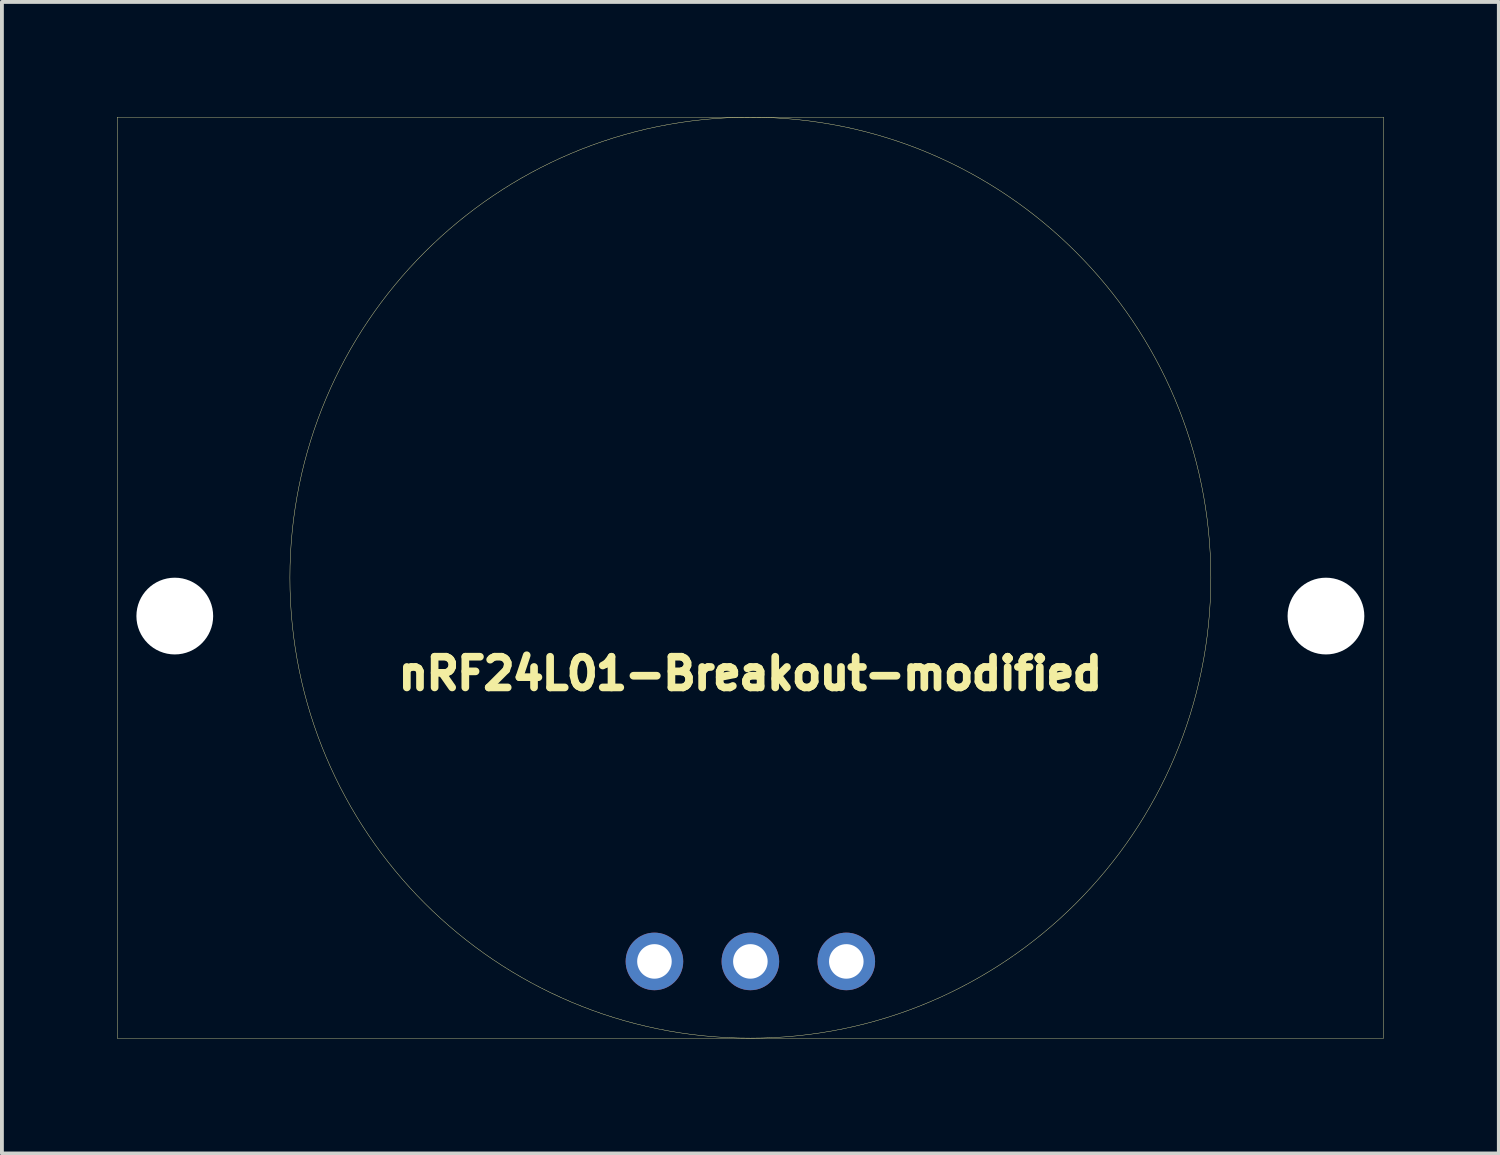
<source format=kicad_pcb>
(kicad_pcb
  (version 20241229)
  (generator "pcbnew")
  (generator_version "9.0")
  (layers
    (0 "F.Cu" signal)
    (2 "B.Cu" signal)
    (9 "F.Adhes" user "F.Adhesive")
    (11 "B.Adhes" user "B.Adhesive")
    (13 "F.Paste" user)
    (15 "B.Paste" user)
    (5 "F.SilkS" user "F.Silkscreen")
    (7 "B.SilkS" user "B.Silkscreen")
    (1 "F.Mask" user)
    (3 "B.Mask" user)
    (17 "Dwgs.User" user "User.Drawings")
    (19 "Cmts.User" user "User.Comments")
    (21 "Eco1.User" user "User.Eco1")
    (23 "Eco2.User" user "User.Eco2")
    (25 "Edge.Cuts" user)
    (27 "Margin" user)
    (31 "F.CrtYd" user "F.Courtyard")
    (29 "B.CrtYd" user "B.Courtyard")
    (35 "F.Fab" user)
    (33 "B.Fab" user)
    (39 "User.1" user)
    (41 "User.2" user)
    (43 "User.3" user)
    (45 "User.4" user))
  (footprint "nRF24L01-Breakout-modified"
    (layer "F.Cu")
    (at 16.505 12.005)
    (property "Reference" "nRF24L01-Breakout-modified" (at 0 2.5 0) (layer "F.SilkS") (effects (font (size 0.8 0.8) (thickness 0.2))))
    (attr through_hole)
    (fp_line (start -16.5 -12) (end 16.5 -12) (stroke (width 0.01) (type solid)) (layer "F.SilkS"))
    (fp_line (start -16.5 12) (end -16.5 -12) (stroke (width 0.01) (type solid)) (layer "F.SilkS"))
    (fp_line (start 16.5 -12) (end 16.5 12) (stroke (width 0.01) (type solid)) (layer "F.SilkS"))
    (fp_line (start 16.5 12) (end -16.5 12) (stroke (width 0.01) (type solid)) (layer "F.SilkS"))
    (fp_circle (center 0 0) (end 0 12) (stroke (width 0.01) (type solid)) (fill no) (layer "F.SilkS"))
    (pad "" np_thru_hole circle (at -15 1) (size 2 2) (drill 2) (layers "*.Cu" "*.Mask"))
    (pad "" np_thru_hole circle (at 15 1) (size 2 2) (drill 2) (layers "*.Cu" "*.Mask"))
    (pad "1" thru_hole circle (at -2.5 10) (size 1.5 1.5) (drill 0.9) (layers "*.Cu" "*.Mask"))
    (pad "2" thru_hole circle (at 0 10) (size 1.5 1.5) (drill 0.9) (layers "*.Cu" "*.Mask"))
    (pad "3" thru_hole circle (at 2.5 10) (size 1.5 1.5) (drill 0.9) (layers "*.Cu" "*.Mask")))
  (gr_rect
    (start -3 -3)
    (end 36.01 27.01)
    (stroke (width 0.1) (type default))
    (fill no)
    (layer "Edge.Cuts")))
</source>
